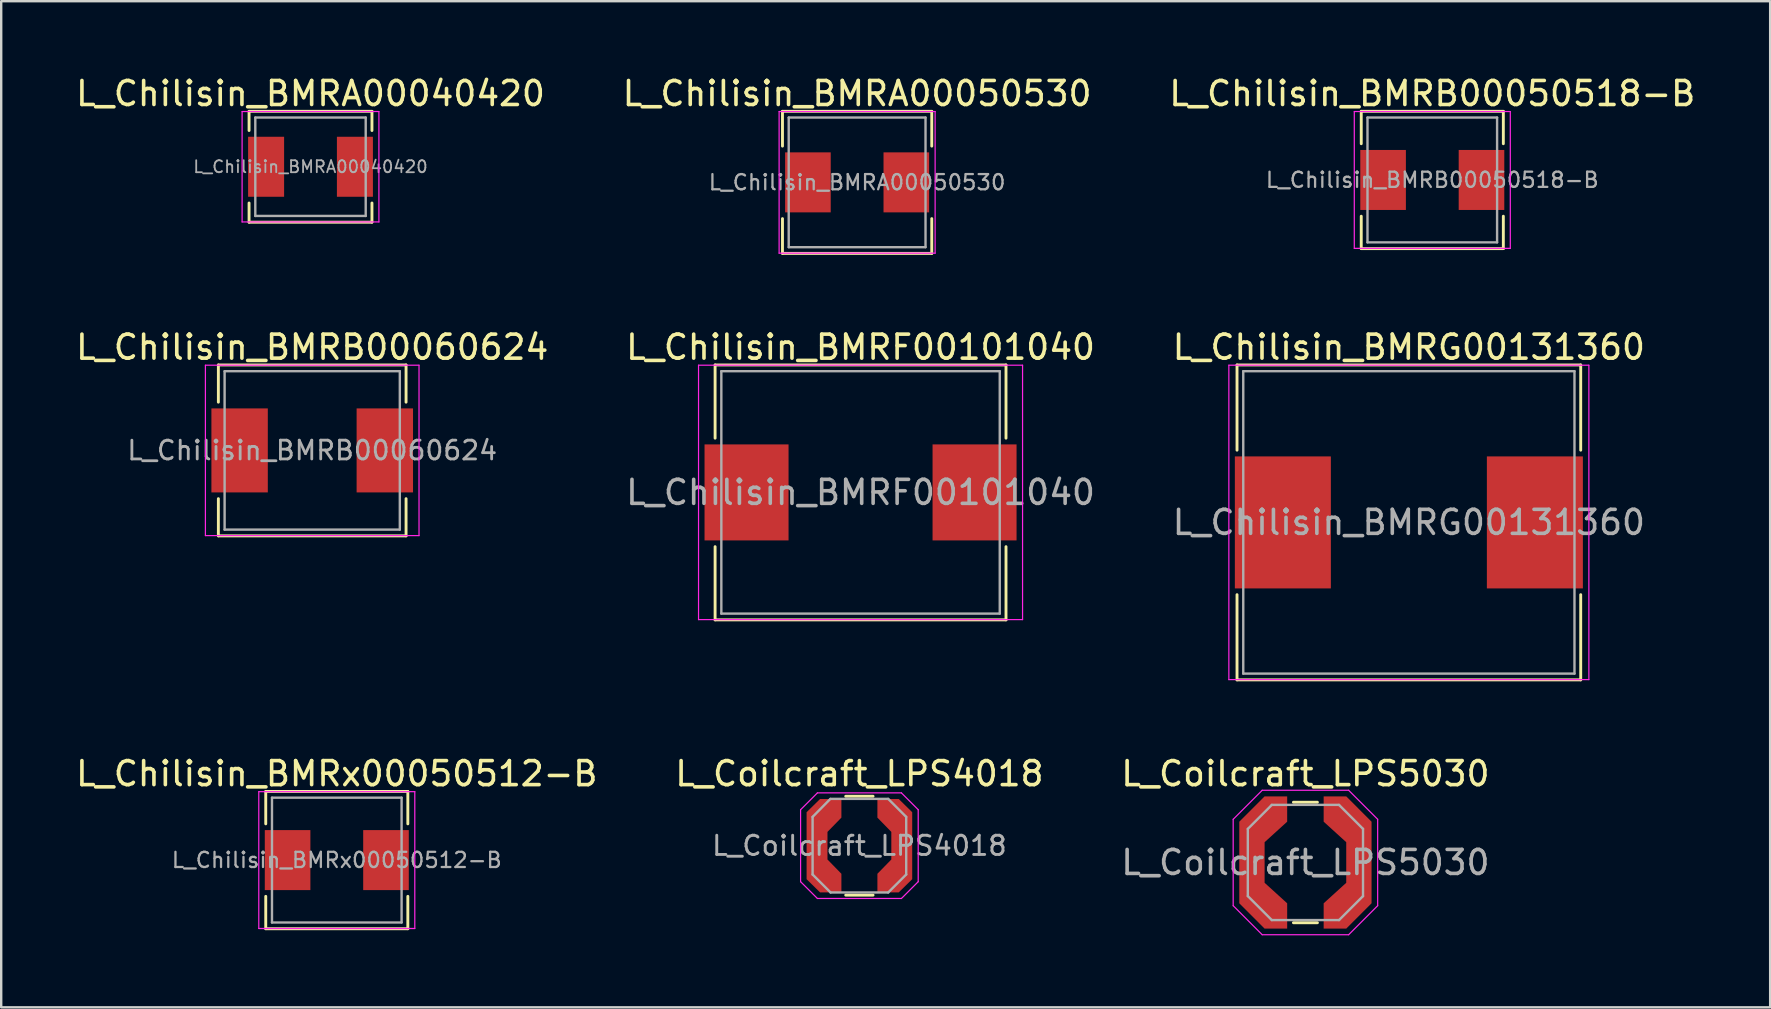
<source format=kicad_pcb>
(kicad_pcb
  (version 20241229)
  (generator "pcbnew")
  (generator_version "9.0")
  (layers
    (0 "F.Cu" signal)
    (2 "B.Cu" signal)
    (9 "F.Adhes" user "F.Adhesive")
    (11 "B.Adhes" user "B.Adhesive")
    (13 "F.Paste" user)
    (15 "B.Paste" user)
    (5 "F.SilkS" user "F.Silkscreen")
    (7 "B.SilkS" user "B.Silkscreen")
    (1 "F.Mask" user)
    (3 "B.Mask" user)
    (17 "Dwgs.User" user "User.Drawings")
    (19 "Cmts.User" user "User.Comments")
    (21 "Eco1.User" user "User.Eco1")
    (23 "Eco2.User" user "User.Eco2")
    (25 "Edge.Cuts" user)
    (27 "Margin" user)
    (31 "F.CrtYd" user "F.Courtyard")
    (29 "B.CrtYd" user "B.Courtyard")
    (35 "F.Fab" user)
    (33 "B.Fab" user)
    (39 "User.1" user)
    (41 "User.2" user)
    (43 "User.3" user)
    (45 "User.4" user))
  (footprint "L_Chilisin_BMRB00050518-B"
    (layer "F.Cu")
    (at 56.625 4.448)
    (property "Reference" "L_Chilisin_BMRB00050518-B" (at 0 -3.6 0) (layer "F.SilkS") (effects (font (size 1 1) (thickness 0.15))))
    (attr smd)
    (fp_line (start -2.96 -2.86) (end -2.96 -1.51) (stroke (width 0.12) (type solid)) (layer "F.SilkS"))
    (fp_line (start -2.96 -2.86) (end 2.96 -2.86) (stroke (width 0.12) (type solid)) (layer "F.SilkS"))
    (fp_line (start -2.96 2.86) (end -2.96 1.51) (stroke (width 0.12) (type solid)) (layer "F.SilkS"))
    (fp_line (start -2.96 2.86) (end 2.96 2.86) (stroke (width 0.12) (type solid)) (layer "F.SilkS"))
    (fp_line (start 2.96 -2.86) (end 2.96 -1.51) (stroke (width 0.12) (type solid)) (layer "F.SilkS"))
    (fp_line (start 2.96 2.86) (end 2.96 1.51) (stroke (width 0.12) (type solid)) (layer "F.SilkS"))
    (fp_line (start -3.25 -2.85) (end -3.25 2.85) (stroke (width 0.05) (type solid)) (layer "F.CrtYd"))
    (fp_line (start -3.25 2.85) (end 3.25 2.85) (stroke (width 0.05) (type solid)) (layer "F.CrtYd"))
    (fp_line (start 3.25 -2.85) (end -3.25 -2.85) (stroke (width 0.05) (type solid)) (layer "F.CrtYd"))
    (fp_line (start 3.25 2.85) (end 3.25 -2.85) (stroke (width 0.05) (type solid)) (layer "F.CrtYd"))
    (fp_line (start -2.7 -2.6) (end -2.7 2.6) (stroke (width 0.1) (type solid)) (layer "F.Fab"))
    (fp_line (start -2.7 2.6) (end 2.7 2.6) (stroke (width 0.1) (type solid)) (layer "F.Fab"))
    (fp_line (start 2.7 -2.6) (end -2.7 -2.6) (stroke (width 0.1) (type solid)) (layer "F.Fab"))
    (fp_line (start 2.7 2.6) (end 2.7 -2.6) (stroke (width 0.1) (type solid)) (layer "F.Fab"))
    (fp_text user "${REFERENCE}" (at 0 0 0) (layer "F.Fab") (effects (font (size 0.633 0.633) (thickness 0.095))))
    (pad "1" smd rect (at -2.05 0) (size 1.9 2.5) (layers "F.Cu" "F.Mask" "F.Paste"))
    (pad "2" smd rect (at 2.05 0) (size 1.9 2.5) (layers "F.Cu" "F.Mask" "F.Paste")))
  (footprint "L_Chilisin_BMRF00101040"
    (layer "F.Cu")
    (at 32.804 17.466)
    (property "Reference" "L_Chilisin_BMRF00101040" (at 0 -6.05 0) (layer "F.SilkS") (effects (font (size 1 1) (thickness 0.15))))
    (attr smd)
    (fp_line (start -6.06 -5.31) (end -6.06 -2.26) (stroke (width 0.12) (type solid)) (layer "F.SilkS"))
    (fp_line (start -6.06 -5.31) (end 6.06 -5.31) (stroke (width 0.12) (type solid)) (layer "F.SilkS"))
    (fp_line (start -6.06 5.31) (end -6.06 2.26) (stroke (width 0.12) (type solid)) (layer "F.SilkS"))
    (fp_line (start -6.06 5.31) (end 6.06 5.31) (stroke (width 0.12) (type solid)) (layer "F.SilkS"))
    (fp_line (start 6.06 -5.31) (end 6.06 -2.26) (stroke (width 0.12) (type solid)) (layer "F.SilkS"))
    (fp_line (start 6.06 5.31) (end 6.06 2.26) (stroke (width 0.12) (type solid)) (layer "F.SilkS"))
    (fp_line (start -6.75 -5.3) (end -6.75 5.3) (stroke (width 0.05) (type solid)) (layer "F.CrtYd"))
    (fp_line (start -6.75 5.3) (end 6.75 5.3) (stroke (width 0.05) (type solid)) (layer "F.CrtYd"))
    (fp_line (start 6.75 -5.3) (end -6.75 -5.3) (stroke (width 0.05) (type solid)) (layer "F.CrtYd"))
    (fp_line (start 6.75 5.3) (end 6.75 -5.3) (stroke (width 0.05) (type solid)) (layer "F.CrtYd"))
    (fp_line (start -5.8 -5.05) (end -5.8 5.05) (stroke (width 0.1) (type solid)) (layer "F.Fab"))
    (fp_line (start -5.8 5.05) (end 5.8 5.05) (stroke (width 0.1) (type solid)) (layer "F.Fab"))
    (fp_line (start 5.8 -5.05) (end -5.8 -5.05) (stroke (width 0.1) (type solid)) (layer "F.Fab"))
    (fp_line (start 5.8 5.05) (end 5.8 -5.05) (stroke (width 0.1) (type solid)) (layer "F.Fab"))
    (fp_text user "${REFERENCE}" (at 0 0 0) (layer "F.Fab") (effects (font (size 1 1) (thickness 0.15))))
    (pad "1" smd rect (at -4.75 0) (size 3.5 4) (layers "F.Cu" "F.Mask" "F.Paste"))
    (pad "2" smd rect (at 4.75 0) (size 3.5 4) (layers "F.Cu" "F.Mask" "F.Paste")))
  (footprint "L_Chilisin_BMRA00050530"
    (layer "F.Cu")
    (at 32.661 4.548)
    (property "Reference" "L_Chilisin_BMRA00050530" (at 0 -3.7 0) (layer "F.SilkS") (effects (font (size 1 1) (thickness 0.15))))
    (attr smd)
    (fp_line (start -3.11 -2.96) (end -3.11 -1.51) (stroke (width 0.12) (type solid)) (layer "F.SilkS"))
    (fp_line (start -3.11 -2.96) (end 3.11 -2.96) (stroke (width 0.12) (type solid)) (layer "F.SilkS"))
    (fp_line (start -3.11 2.96) (end -3.11 1.51) (stroke (width 0.12) (type solid)) (layer "F.SilkS"))
    (fp_line (start -3.11 2.96) (end 3.11 2.96) (stroke (width 0.12) (type solid)) (layer "F.SilkS"))
    (fp_line (start 3.11 -2.96) (end 3.11 -1.51) (stroke (width 0.12) (type solid)) (layer "F.SilkS"))
    (fp_line (start 3.11 2.96) (end 3.11 1.51) (stroke (width 0.12) (type solid)) (layer "F.SilkS"))
    (fp_line (start -3.25 -2.95) (end -3.25 2.95) (stroke (width 0.05) (type solid)) (layer "F.CrtYd"))
    (fp_line (start -3.25 2.95) (end 3.25 2.95) (stroke (width 0.05) (type solid)) (layer "F.CrtYd"))
    (fp_line (start 3.25 -2.95) (end -3.25 -2.95) (stroke (width 0.05) (type solid)) (layer "F.CrtYd"))
    (fp_line (start 3.25 2.95) (end 3.25 -2.95) (stroke (width 0.05) (type solid)) (layer "F.CrtYd"))
    (fp_line (start -2.85 -2.7) (end -2.85 2.7) (stroke (width 0.1) (type solid)) (layer "F.Fab"))
    (fp_line (start -2.85 2.7) (end 2.85 2.7) (stroke (width 0.1) (type solid)) (layer "F.Fab"))
    (fp_line (start 2.85 -2.7) (end -2.85 -2.7) (stroke (width 0.1) (type solid)) (layer "F.Fab"))
    (fp_line (start 2.85 2.7) (end 2.85 -2.7) (stroke (width 0.1) (type solid)) (layer "F.Fab"))
    (fp_text user "${REFERENCE}" (at 0 0 0) (layer "F.Fab") (effects (font (size 0.633 0.633) (thickness 0.095))))
    (pad "1" smd rect (at -2.05 0) (size 1.9 2.5) (layers "F.Cu" "F.Mask" "F.Paste"))
    (pad "2" smd rect (at 2.05 0) (size 1.9 2.5) (layers "F.Cu" "F.Mask" "F.Paste")))
  (footprint "L_Coilcraft_LPS5030"
    (layer "F.Cu")
    (at 51.339 32.885)
    (property "Reference" "L_Coilcraft_LPS5030" (at 0 -3.7 0) (layer "F.SilkS") (effects (font (size 1 1) (thickness 0.15))))
    (attr smd)
    (fp_line (start -0.5 -2.51) (end 0.5 -2.51) (stroke (width 0.12) (type solid)) (layer "F.SilkS"))
    (fp_line (start -0.5 2.51) (end 0.5 2.51) (stroke (width 0.12) (type solid)) (layer "F.SilkS"))
    (fp_line (start -3.01 -1.8) (end -1.8 -3.01) (stroke (width 0.05) (type solid)) (layer "F.CrtYd"))
    (fp_line (start -3.01 1.8) (end -3.01 -1.8) (stroke (width 0.05) (type solid)) (layer "F.CrtYd"))
    (fp_line (start -1.8 -3.01) (end 1.8 -3.01) (stroke (width 0.05) (type solid)) (layer "F.CrtYd"))
    (fp_line (start -1.8 3.01) (end -3.01 1.8) (stroke (width 0.05) (type solid)) (layer "F.CrtYd"))
    (fp_line (start 1.8 -3.01) (end 3.01 -1.8) (stroke (width 0.05) (type solid)) (layer "F.CrtYd"))
    (fp_line (start 1.8 3.01) (end -1.8 3.01) (stroke (width 0.05) (type solid)) (layer "F.CrtYd"))
    (fp_line (start 3.01 -1.8) (end 3.01 1.8) (stroke (width 0.05) (type solid)) (layer "F.CrtYd"))
    (fp_line (start 3.01 1.8) (end 1.8 3.01) (stroke (width 0.05) (type solid)) (layer "F.CrtYd"))
    (fp_line (start -2.4 -1.4) (end -1.4 -2.4) (stroke (width 0.1) (type solid)) (layer "F.Fab"))
    (fp_line (start -2.4 1.4) (end -2.4 -1.4) (stroke (width 0.1) (type solid)) (layer "F.Fab"))
    (fp_line (start -2.4 1.4) (end -1.4 2.4) (stroke (width 0.1) (type solid)) (layer "F.Fab"))
    (fp_line (start -1.4 -2.4) (end 1.4 -2.4) (stroke (width 0.1) (type solid)) (layer "F.Fab"))
    (fp_line (start 1.4 -2.4) (end 2.4 -1.4) (stroke (width 0.1) (type solid)) (layer "F.Fab"))
    (fp_line (start 1.4 2.4) (end -1.4 2.4) (stroke (width 0.1) (type solid)) (layer "F.Fab"))
    (fp_line (start 2.4 -1.4) (end 2.4 1.4) (stroke (width 0.1) (type solid)) (layer "F.Fab"))
    (fp_line (start 2.4 1.4) (end 1.4 2.4) (stroke (width 0.1) (type solid)) (layer "F.Fab"))
    (fp_text user "${REFERENCE}" (at 0 0 0) (layer "F.Fab") (effects (font (size 1 1) (thickness 0.15))))
    (pad "1" smd custom (at -2.228 0) (size 1.055 3.4) (layers "F.Cu" "F.Mask" "F.Paste") (options (anchor rect)) (primitives (gr_poly (pts (xy 1.468 -1.7) (xy 0.527 -0.845) (xy 0.527 0.845) (xy 1.468 1.7) (xy 1.468 2.755) (xy 0.527 2.755) (xy -0.527 1.7) (xy -0.527 -1.7) (xy 0.527 -2.755) (xy 1.468 -2.755)) (width 0) (fill yes))))
    (pad "2" smd custom (at 2.228 0) (size 1.055 3.4) (layers "F.Cu" "F.Mask" "F.Paste") (options (anchor rect)) (primitives (gr_poly (pts (xy 0.527 -1.7) (xy 0.527 1.7) (xy -0.527 2.755) (xy -1.468 2.755) (xy -1.468 1.7) (xy -0.527 0.845) (xy -0.527 -0.845) (xy -1.468 -1.7) (xy -1.468 -2.755) (xy -0.527 -2.755)) (width 0) (fill yes)))))
  (footprint "L_Chilisin_BMRx00050512-B"
    (layer "F.Cu")
    (at 10.982 32.785)
    (property "Reference" "L_Chilisin_BMRx00050512-B" (at 0 -3.6 0) (layer "F.SilkS") (effects (font (size 1 1) (thickness 0.15))))
    (attr smd)
    (fp_line (start -2.96 -2.86) (end -2.96 -1.51) (stroke (width 0.12) (type solid)) (layer "F.SilkS"))
    (fp_line (start -2.96 -2.86) (end 2.96 -2.86) (stroke (width 0.12) (type solid)) (layer "F.SilkS"))
    (fp_line (start -2.96 2.86) (end -2.96 1.51) (stroke (width 0.12) (type solid)) (layer "F.SilkS"))
    (fp_line (start -2.96 2.86) (end 2.96 2.86) (stroke (width 0.12) (type solid)) (layer "F.SilkS"))
    (fp_line (start 2.96 -2.86) (end 2.96 -1.51) (stroke (width 0.12) (type solid)) (layer "F.SilkS"))
    (fp_line (start 2.96 2.86) (end 2.96 1.51) (stroke (width 0.12) (type solid)) (layer "F.SilkS"))
    (fp_line (start -3.25 -2.85) (end -3.25 2.85) (stroke (width 0.05) (type solid)) (layer "F.CrtYd"))
    (fp_line (start -3.25 2.85) (end 3.25 2.85) (stroke (width 0.05) (type solid)) (layer "F.CrtYd"))
    (fp_line (start 3.25 -2.85) (end -3.25 -2.85) (stroke (width 0.05) (type solid)) (layer "F.CrtYd"))
    (fp_line (start 3.25 2.85) (end 3.25 -2.85) (stroke (width 0.05) (type solid)) (layer "F.CrtYd"))
    (fp_line (start -2.7 -2.6) (end -2.7 2.6) (stroke (width 0.1) (type solid)) (layer "F.Fab"))
    (fp_line (start -2.7 2.6) (end 2.7 2.6) (stroke (width 0.1) (type solid)) (layer "F.Fab"))
    (fp_line (start 2.7 -2.6) (end -2.7 -2.6) (stroke (width 0.1) (type solid)) (layer "F.Fab"))
    (fp_line (start 2.7 2.6) (end 2.7 -2.6) (stroke (width 0.1) (type solid)) (layer "F.Fab"))
    (fp_text user "${REFERENCE}" (at 0 0 0) (layer "F.Fab") (effects (font (size 0.633 0.633) (thickness 0.095))))
    (pad "1" smd rect (at -2.05 0) (size 1.9 2.5) (layers "F.Cu" "F.Mask" "F.Paste"))
    (pad "2" smd rect (at 2.05 0) (size 1.9 2.5) (layers "F.Cu" "F.Mask" "F.Paste")))
  (footprint "L_Chilisin_BMRB00060624"
    (layer "F.Cu")
    (at 9.958 15.716)
    (property "Reference" "L_Chilisin_BMRB00060624" (at 0 -4.3 0) (layer "F.SilkS") (effects (font (size 1 1) (thickness 0.15))))
    (attr smd)
    (fp_line (start -3.91 -3.56) (end -3.91 -2.01) (stroke (width 0.12) (type solid)) (layer "F.SilkS"))
    (fp_line (start -3.91 -3.56) (end 3.91 -3.56) (stroke (width 0.12) (type solid)) (layer "F.SilkS"))
    (fp_line (start -3.91 3.56) (end -3.91 2.01) (stroke (width 0.12) (type solid)) (layer "F.SilkS"))
    (fp_line (start -3.91 3.56) (end 3.91 3.56) (stroke (width 0.12) (type solid)) (layer "F.SilkS"))
    (fp_line (start 3.91 -3.56) (end 3.91 -2.01) (stroke (width 0.12) (type solid)) (layer "F.SilkS"))
    (fp_line (start 3.91 3.56) (end 3.91 2.01) (stroke (width 0.12) (type solid)) (layer "F.SilkS"))
    (fp_line (start -4.45 -3.55) (end -4.45 3.55) (stroke (width 0.05) (type solid)) (layer "F.CrtYd"))
    (fp_line (start -4.45 3.55) (end 4.45 3.55) (stroke (width 0.05) (type solid)) (layer "F.CrtYd"))
    (fp_line (start 4.45 -3.55) (end -4.45 -3.55) (stroke (width 0.05) (type solid)) (layer "F.CrtYd"))
    (fp_line (start 4.45 3.55) (end 4.45 -3.55) (stroke (width 0.05) (type solid)) (layer "F.CrtYd"))
    (fp_line (start -3.65 -3.3) (end -3.65 3.3) (stroke (width 0.1) (type solid)) (layer "F.Fab"))
    (fp_line (start -3.65 3.3) (end 3.65 3.3) (stroke (width 0.1) (type solid)) (layer "F.Fab"))
    (fp_line (start 3.65 -3.3) (end -3.65 -3.3) (stroke (width 0.1) (type solid)) (layer "F.Fab"))
    (fp_line (start 3.65 3.3) (end 3.65 -3.3) (stroke (width 0.1) (type solid)) (layer "F.Fab"))
    (fp_text user "${REFERENCE}" (at 0 0 0) (layer "F.Fab") (effects (font (size 0.783 0.783) (thickness 0.117))))
    (pad "1" smd rect (at -3.025 0) (size 2.35 3.5) (layers "F.Cu" "F.Mask" "F.Paste"))
    (pad "2" smd rect (at 3.025 0) (size 2.35 3.5) (layers "F.Cu" "F.Mask" "F.Paste")))
  (footprint "L_Chilisin_BMRA00040420"
    (layer "F.Cu")
    (at 9.887 3.898)
    (property "Reference" "L_Chilisin_BMRA00040420" (at 0 -3.05 0) (layer "F.SilkS") (effects (font (size 1 1) (thickness 0.15))))
    (attr smd)
    (fp_line (start -2.56 -2.31) (end -2.56 -1.51) (stroke (width 0.12) (type solid)) (layer "F.SilkS"))
    (fp_line (start -2.56 -2.31) (end 2.56 -2.31) (stroke (width 0.12) (type solid)) (layer "F.SilkS"))
    (fp_line (start -2.56 2.31) (end -2.56 1.51) (stroke (width 0.12) (type solid)) (layer "F.SilkS"))
    (fp_line (start -2.56 2.31) (end 2.56 2.31) (stroke (width 0.12) (type solid)) (layer "F.SilkS"))
    (fp_line (start 2.56 -2.31) (end 2.56 -1.51) (stroke (width 0.12) (type solid)) (layer "F.SilkS"))
    (fp_line (start 2.56 2.31) (end 2.56 1.51) (stroke (width 0.12) (type solid)) (layer "F.SilkS"))
    (fp_line (start -2.85 -2.3) (end -2.85 2.3) (stroke (width 0.05) (type solid)) (layer "F.CrtYd"))
    (fp_line (start -2.85 2.3) (end 2.85 2.3) (stroke (width 0.05) (type solid)) (layer "F.CrtYd"))
    (fp_line (start 2.85 -2.3) (end -2.85 -2.3) (stroke (width 0.05) (type solid)) (layer "F.CrtYd"))
    (fp_line (start 2.85 2.3) (end 2.85 -2.3) (stroke (width 0.05) (type solid)) (layer "F.CrtYd"))
    (fp_line (start -2.3 -2.05) (end -2.3 2.05) (stroke (width 0.1) (type solid)) (layer "F.Fab"))
    (fp_line (start -2.3 2.05) (end 2.3 2.05) (stroke (width 0.1) (type solid)) (layer "F.Fab"))
    (fp_line (start 2.3 -2.05) (end -2.3 -2.05) (stroke (width 0.1) (type solid)) (layer "F.Fab"))
    (fp_line (start 2.3 2.05) (end 2.3 -2.05) (stroke (width 0.1) (type solid)) (layer "F.Fab"))
    (fp_text user "${REFERENCE}" (at 0 0 0) (layer "F.Fab") (effects (font (size 0.5 0.5) (thickness 0.075))))
    (pad "1" smd rect (at -1.85 0) (size 1.5 2.5) (layers "F.Cu" "F.Mask" "F.Paste"))
    (pad "2" smd rect (at 1.85 0) (size 1.5 2.5) (layers "F.Cu" "F.Mask" "F.Paste")))
  (footprint "L_Chilisin_BMRG00131360"
    (layer "F.Cu")
    (at 55.649 18.716)
    (property "Reference" "L_Chilisin_BMRG00131360" (at 0 -7.3 0) (layer "F.SilkS") (effects (font (size 1 1) (thickness 0.15))))
    (attr smd)
    (fp_line (start -7.16 -6.56) (end -7.16 -3.01) (stroke (width 0.12) (type solid)) (layer "F.SilkS"))
    (fp_line (start -7.16 -6.56) (end 7.16 -6.56) (stroke (width 0.12) (type solid)) (layer "F.SilkS"))
    (fp_line (start -7.16 6.56) (end -7.16 3.01) (stroke (width 0.12) (type solid)) (layer "F.SilkS"))
    (fp_line (start -7.16 6.56) (end 7.16 6.56) (stroke (width 0.12) (type solid)) (layer "F.SilkS"))
    (fp_line (start 7.16 -6.56) (end 7.16 -3.01) (stroke (width 0.12) (type solid)) (layer "F.SilkS"))
    (fp_line (start 7.16 6.56) (end 7.16 3.01) (stroke (width 0.12) (type solid)) (layer "F.SilkS"))
    (fp_line (start -7.5 -6.55) (end -7.5 6.55) (stroke (width 0.05) (type solid)) (layer "F.CrtYd"))
    (fp_line (start -7.5 6.55) (end 7.5 6.55) (stroke (width 0.05) (type solid)) (layer "F.CrtYd"))
    (fp_line (start 7.5 -6.55) (end -7.5 -6.55) (stroke (width 0.05) (type solid)) (layer "F.CrtYd"))
    (fp_line (start 7.5 6.55) (end 7.5 -6.55) (stroke (width 0.05) (type solid)) (layer "F.CrtYd"))
    (fp_line (start -6.9 -6.3) (end -6.9 6.3) (stroke (width 0.1) (type solid)) (layer "F.Fab"))
    (fp_line (start -6.9 6.3) (end 6.9 6.3) (stroke (width 0.1) (type solid)) (layer "F.Fab"))
    (fp_line (start 6.9 -6.3) (end -6.9 -6.3) (stroke (width 0.1) (type solid)) (layer "F.Fab"))
    (fp_line (start 6.9 6.3) (end 6.9 -6.3) (stroke (width 0.1) (type solid)) (layer "F.Fab"))
    (fp_text user "${REFERENCE}" (at 0 0 0) (layer "F.Fab") (effects (font (size 1 1) (thickness 0.15))))
    (pad "1" smd rect (at -5.25 0) (size 4 5.5) (layers "F.Cu" "F.Mask" "F.Paste"))
    (pad "2" smd rect (at 5.25 0) (size 4 5.5) (layers "F.Cu" "F.Mask" "F.Paste")))
  (footprint "L_Coilcraft_LPS4018"
    (layer "F.Cu")
    (at 32.756 32.185)
    (property "Reference" "L_Coilcraft_LPS4018" (at 0 -3 0) (layer "F.SilkS") (effects (font (size 1 1) (thickness 0.15))))
    (attr smd)
    (fp_line (start -0.57 -2.06) (end 0.57 -2.06) (stroke (width 0.12) (type solid)) (layer "F.SilkS"))
    (fp_line (start -0.57 2.06) (end 0.57 2.06) (stroke (width 0.12) (type solid)) (layer "F.SilkS"))
    (fp_line (start -2.45 -1.5) (end -2.45 1.5) (stroke (width 0.05) (type solid)) (layer "F.CrtYd"))
    (fp_line (start -1.75 -2.2) (end -2.45 -1.5) (stroke (width 0.05) (type solid)) (layer "F.CrtYd"))
    (fp_line (start -1.75 -2.2) (end 1.75 -2.2) (stroke (width 0.05) (type solid)) (layer "F.CrtYd"))
    (fp_line (start -1.75 2.2) (end -2.45 1.5) (stroke (width 0.05) (type solid)) (layer "F.CrtYd"))
    (fp_line (start -1.75 2.2) (end 1.75 2.2) (stroke (width 0.05) (type solid)) (layer "F.CrtYd"))
    (fp_line (start 1.75 -2.2) (end 2.45 -1.5) (stroke (width 0.05) (type solid)) (layer "F.CrtYd"))
    (fp_line (start 1.75 2.2) (end 2.45 1.5) (stroke (width 0.05) (type solid)) (layer "F.CrtYd"))
    (fp_line (start 2.45 -1.5) (end 2.45 1.5) (stroke (width 0.05) (type solid)) (layer "F.CrtYd"))
    (fp_line (start -1.95 -1.2) (end -1.21 -1.95) (stroke (width 0.1) (type solid)) (layer "F.Fab"))
    (fp_line (start -1.95 1.2) (end -1.95 -1.2) (stroke (width 0.1) (type solid)) (layer "F.Fab"))
    (fp_line (start -1.95 1.2) (end -1.2 1.95) (stroke (width 0.1) (type solid)) (layer "F.Fab"))
    (fp_line (start -1.2 -1.95) (end 1.2 -1.95) (stroke (width 0.1) (type solid)) (layer "F.Fab"))
    (fp_line (start 1.2 -1.95) (end 1.95 -1.2) (stroke (width 0.1) (type solid)) (layer "F.Fab"))
    (fp_line (start 1.2 1.95) (end -1.2 1.95) (stroke (width 0.1) (type solid)) (layer "F.Fab"))
    (fp_line (start 1.2 1.95) (end 1.95 1.2) (stroke (width 0.1) (type solid)) (layer "F.Fab"))
    (fp_line (start 1.95 -1.2) (end 1.95 1.2) (stroke (width 0.1) (type solid)) (layer "F.Fab"))
    (fp_text user "${REFERENCE}" (at 0 0 0) (layer "F.Fab") (effects (font (size 0.8 0.8) (thickness 0.12))))
    (pad "1" smd custom (at -1.765 0) (size 0.87 2.79) (layers "F.Cu" "F.Mask" "F.Paste") (options (anchor rect)) (primitives (gr_poly (pts (xy 1.015 -1.17) (xy 0.435 -0.575) (xy 0.435 0.575) (xy 1.015 1.17) (xy 1.015 1.945) (xy 0.125 1.945) (xy -0.435 1.395) (xy -0.435 -1.395) (xy 0.125 -1.945) (xy 1.015 -1.945)) (width 0) (fill yes))))
    (pad "2" smd custom (at 1.765 0) (size 0.87 2.79) (layers "F.Cu" "F.Mask" "F.Paste") (options (anchor rect)) (primitives (gr_poly (pts (xy 0.435 -1.395) (xy 0.435 1.395) (xy -0.125 1.945) (xy -1.015 1.945) (xy -1.015 1.17) (xy -0.435 0.575) (xy -0.435 -0.575) (xy -1.015 -1.17) (xy -1.015 -1.945) (xy -0.125 -1.945)) (width 0) (fill yes)))))
  (gr_rect
    (start -3 -3)
    (end 70.702 38.92)
    (stroke (width 0.1) (type default))
    (fill no)
    (layer "Edge.Cuts")))
</source>
